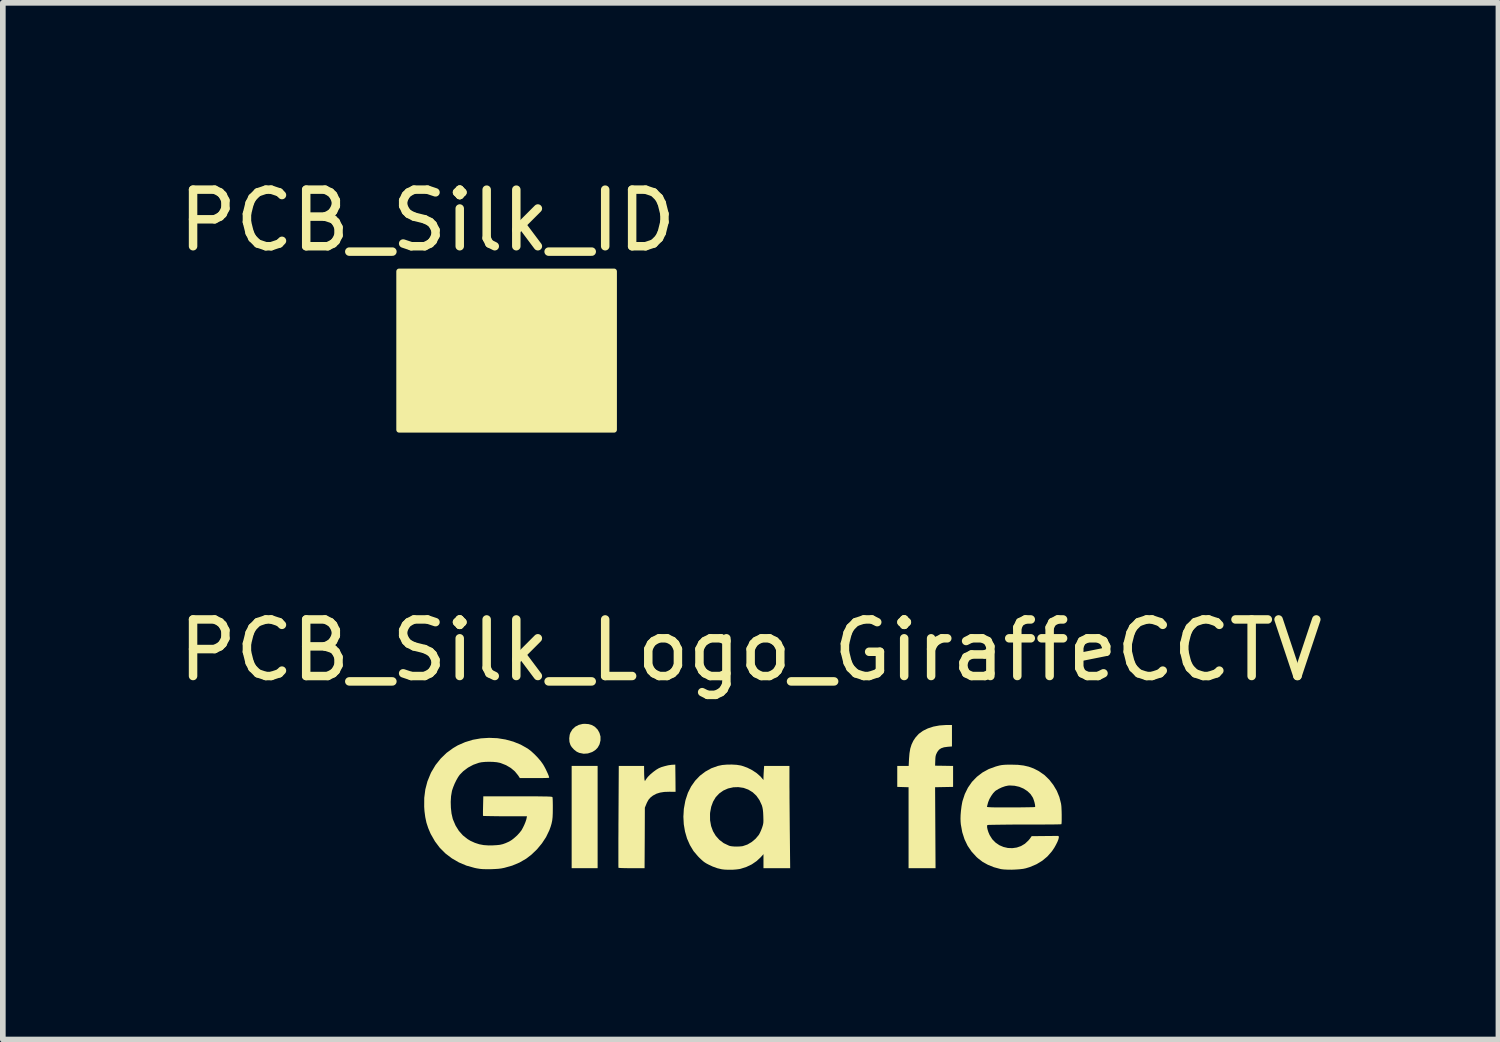
<source format=kicad_pcb>
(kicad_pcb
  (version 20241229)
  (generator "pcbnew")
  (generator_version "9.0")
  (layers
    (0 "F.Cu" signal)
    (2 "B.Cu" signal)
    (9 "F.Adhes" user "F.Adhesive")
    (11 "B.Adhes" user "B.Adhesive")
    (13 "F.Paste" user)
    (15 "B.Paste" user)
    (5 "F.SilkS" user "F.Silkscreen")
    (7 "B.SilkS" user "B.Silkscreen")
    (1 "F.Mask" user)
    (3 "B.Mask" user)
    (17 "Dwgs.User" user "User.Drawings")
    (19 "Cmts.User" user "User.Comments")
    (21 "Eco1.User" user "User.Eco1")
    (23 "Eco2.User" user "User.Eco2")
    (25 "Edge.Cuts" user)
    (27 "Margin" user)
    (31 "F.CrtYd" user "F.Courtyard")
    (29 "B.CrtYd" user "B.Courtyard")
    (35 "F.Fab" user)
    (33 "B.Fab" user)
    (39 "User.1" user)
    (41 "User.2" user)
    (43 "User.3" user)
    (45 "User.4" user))
  (footprint "PCB_Silk_ID"
    (layer "F.Cu")
    (at 4.006 1.748)
    (property "Reference" "PCB_Silk_ID" (at 0.5 -0.9 0) (unlocked yes) (layer "F.SilkS") (effects (font (size 1 1) (thickness 0.15))))
    (attr exclude_from_pos_files exclude_from_bom)
    (fp_poly (pts (xy 0 0) (xy 0 2.8) (xy 3.8 2.8) (xy 3.8 0)) (stroke (width 0.1) (type solid)) (fill yes) (layer "F.SilkS")))
  (footprint "PCB_Silk_Logo_GiraffeCCTV"
    (layer "F.Cu")
    (at 10.05 11.396)
    (property "Reference" "PCB_Silk_Logo_GiraffeCCTV" (at 0.17 -2.95 0) (unlocked yes) (layer "F.SilkS") (effects (font (size 1 1) (thickness 0.15))))
    (attr exclude_from_pos_files exclude_from_bom)
    (fp_poly (pts (xy 2.497 -2.79) (xy 2.522 -2.779) (xy 2.558 -2.762) (xy 2.602 -2.742) (xy 2.62 -2.733) (xy 2.667 -2.711) (xy 2.709 -2.692) (xy 2.743 -2.676) (xy 2.763 -2.666) (xy 2.767 -2.665) (xy 2.784 -2.657) (xy 2.814 -2.644) (xy 2.851 -2.626) (xy 2.874 -2.616) (xy 2.92 -2.595) (xy 2.967 -2.573) (xy 3.006 -2.555) (xy 3.018 -2.55) (xy 3.048 -2.535) (xy 3.068 -2.523) (xy 3.075 -2.516) (xy 3.068 -2.506) (xy 3.05 -2.486) (xy 3.022 -2.456) (xy 2.987 -2.419) (xy 2.946 -2.377) (xy 2.944 -2.375) (xy 2.813 -2.243) (xy 2.736 -2.274) (xy 2.693 -2.291) (xy 2.651 -2.309) (xy 2.617 -2.323) (xy 2.613 -2.325) (xy 2.584 -2.335) (xy 2.559 -2.339) (xy 2.551 -2.338) (xy 2.549 -2.337) (xy 2.547 -2.333) (xy 2.545 -2.327) (xy 2.543 -2.316) (xy 2.542 -2.301) (xy 2.541 -2.281) (xy 2.54 -2.254) (xy 2.539 -2.22) (xy 2.538 -2.178) (xy 2.537 -2.127) (xy 2.537 -2.066) (xy 2.537 -1.994) (xy 2.537 -1.91) (xy 2.537 -1.814) (xy 2.537 -1.705) (xy 2.537 -1.581) (xy 2.537 -1.442) (xy 2.538 -1.287) (xy 2.538 -1.116) (xy 2.539 -0.926) (xy 2.54 -0.718) (xy 2.54 -0.715) (xy 2.545 0.903) (xy 2.524 0.908) (xy 2.508 0.909) (xy 2.476 0.91) (xy 2.431 0.911) (xy 2.376 0.911) (xy 2.314 0.91) (xy 2.293 0.91) (xy 2.083 0.907) (xy 2.086 0.192) (xy 2.087 0.041) (xy 2.087 -0.092) (xy 2.087 -0.208) (xy 2.087 -0.307) (xy 2.086 -0.387) (xy 2.085 -0.45) (xy 2.083 -0.493) (xy 2.082 -0.518) (xy 2.08 -0.524) (xy 2.066 -0.519) (xy 2.047 -0.506) (xy 2.031 -0.494) (xy 2.002 -0.474) (xy 1.964 -0.448) (xy 1.92 -0.418) (xy 1.897 -0.402) (xy 1.842 -0.365) (xy 1.783 -0.325) (xy 1.725 -0.286) (xy 1.676 -0.253) (xy 1.668 -0.248) (xy 1.567 -0.179) (xy 1.574 0.358) (xy 1.576 0.477) (xy 1.577 0.577) (xy 1.578 0.661) (xy 1.578 0.73) (xy 1.578 0.785) (xy 1.577 0.827) (xy 1.576 0.859) (xy 1.574 0.881) (xy 1.572 0.895) (xy 1.57 0.902) (xy 1.568 0.904) (xy 1.553 0.907) (xy 1.523 0.91) (xy 1.48 0.911) (xy 1.429 0.912) (xy 1.373 0.913) (xy 1.316 0.912) (xy 1.26 0.911) (xy 1.209 0.909) (xy 1.167 0.907) (xy 1.138 0.904) (xy 1.124 0.9) (xy 1.123 0.9) (xy 1.122 0.888) (xy 1.121 0.858) (xy 1.12 0.811) (xy 1.119 0.749) (xy 1.119 0.672) (xy 1.119 0.583) (xy 1.119 0.482) (xy 1.12 0.372) (xy 1.121 0.252) (xy 1.121 0.224) (xy 1.123 0.09) (xy 1.124 -0.026) (xy 1.126 -0.125) (xy 1.127 -0.208) (xy 1.128 -0.276) (xy 1.13 -0.331) (xy 1.132 -0.373) (xy 1.134 -0.405) (xy 1.136 -0.427) (xy 1.138 -0.44) (xy 1.141 -0.446) (xy 1.141 -0.446) (xy 1.166 -0.461) (xy 1.205 -0.485) (xy 1.255 -0.517) (xy 1.314 -0.555) (xy 1.381 -0.598) (xy 1.451 -0.645) (xy 1.524 -0.693) (xy 1.597 -0.741) (xy 1.668 -0.788) (xy 1.733 -0.832) (xy 1.792 -0.872) (xy 1.841 -0.906) (xy 1.858 -0.917) (xy 1.904 -0.949) (xy 1.955 -0.983) (xy 2.002 -1.014) (xy 2.011 -1.02) (xy 2.087 -1.067) (xy 2.089 -1.707) (xy 2.089 -1.818) (xy 2.089 -1.924) (xy 2.09 -2.023) (xy 2.09 -2.113) (xy 2.091 -2.194) (xy 2.091 -2.262) (xy 2.092 -2.316) (xy 2.092 -2.355) (xy 2.093 -2.377) (xy 2.093 -2.38) (xy 2.097 -2.399) (xy 2.109 -2.42) (xy 2.13 -2.446) (xy 2.163 -2.481) (xy 2.167 -2.486) (xy 2.223 -2.543) (xy 2.278 -2.597) (xy 2.329 -2.647) (xy 2.5 -2.647) (xy 2.509 -2.621) (xy 2.523 -2.602) (xy 2.546 -2.596) (xy 2.552 -2.596) (xy 2.577 -2.6) (xy 2.593 -2.608) (xy 2.593 -2.608) (xy 2.607 -2.638) (xy 2.606 -2.665) (xy 2.593 -2.688) (xy 2.572 -2.702) (xy 2.546 -2.703) (xy 2.518 -2.69) (xy 2.516 -2.688) (xy 2.501 -2.669) (xy 2.5 -2.647) (xy 2.329 -2.647) (xy 2.33 -2.649) (xy 2.377 -2.695) (xy 2.418 -2.734) (xy 2.451 -2.765) (xy 2.474 -2.786) (xy 2.486 -2.795) (xy 2.487 -2.795)) (stroke (width 0) (type solid)) (fill yes) (layer "F.Mask"))
    (fp_poly (pts (xy -2.535 -0.002) (xy -2.535 0.902) (xy -2.765 0.902) (xy -2.994 0.902) (xy -2.994 -0.002) (xy -2.994 -0.906) (xy -2.765 -0.906) (xy -2.535 -0.906)) (stroke (width 0) (type solid)) (fill yes) (layer "F.SilkS"))
    (fp_poly (pts (xy -2.695 -1.645) (xy -2.642 -1.63) (xy -2.594 -1.604) (xy -2.581 -1.595) (xy -2.534 -1.547) (xy -2.502 -1.489) (xy -2.484 -1.425) (xy -2.484 -1.358) (xy -2.5 -1.292) (xy -2.504 -1.282) (xy -2.533 -1.23) (xy -2.57 -1.191) (xy -2.619 -1.158) (xy -2.638 -1.149) (xy -2.708 -1.126) (xy -2.782 -1.121) (xy -2.858 -1.136) (xy -2.859 -1.136) (xy -2.906 -1.158) (xy -2.953 -1.195) (xy -2.993 -1.239) (xy -3.015 -1.274) (xy -3.033 -1.33) (xy -3.037 -1.393) (xy -3.029 -1.456) (xy -3.016 -1.494) (xy -2.98 -1.553) (xy -2.93 -1.599) (xy -2.869 -1.631) (xy -2.8 -1.648) (xy -2.76 -1.65)) (stroke (width 0) (type solid)) (fill yes) (layer "F.SilkS"))
    (fp_poly (pts (xy 3.729 -1.44) (xy 3.729 -1.25) (xy 3.654 -1.244) (xy 3.588 -1.235) (xy 3.538 -1.218) (xy 3.5 -1.192) (xy 3.471 -1.154) (xy 3.463 -1.139) (xy 3.449 -1.109) (xy 3.44 -1.079) (xy 3.436 -1.044) (xy 3.434 -0.998) (xy 3.431 -0.91) (xy 3.59 -0.908) (xy 3.749 -0.905) (xy 3.749 -0.72) (xy 3.749 -0.535) (xy 3.59 -0.532) (xy 3.431 -0.529) (xy 3.435 0.187) (xy 3.439 0.902) (xy 3.201 0.902) (xy 2.962 0.902) (xy 2.962 0.187) (xy 2.962 -0.529) (xy 2.862 -0.532) (xy 2.762 -0.535) (xy 2.762 -0.72) (xy 2.762 -0.906) (xy 2.863 -0.906) (xy 2.964 -0.906) (xy 2.97 -1.03) (xy 2.978 -1.128) (xy 2.992 -1.212) (xy 3.015 -1.285) (xy 3.047 -1.352) (xy 3.086 -1.41) (xy 3.143 -1.473) (xy 3.216 -1.526) (xy 3.303 -1.569) (xy 3.401 -1.601) (xy 3.508 -1.621) (xy 3.623 -1.629) (xy 3.629 -1.629) (xy 3.729 -1.629)) (stroke (width 0) (type solid)) (fill yes) (layer "F.SilkS"))
    (fp_poly (pts (xy -1.159 -0.689) (xy -1.157 -0.448) (xy -1.267 -0.449) (xy -1.357 -0.446) (xy -1.432 -0.434) (xy -1.496 -0.414) (xy -1.552 -0.384) (xy -1.555 -0.383) (xy -1.601 -0.347) (xy -1.636 -0.307) (xy -1.664 -0.255) (xy -1.676 -0.226) (xy -1.7 -0.168) (xy -1.702 0.367) (xy -1.705 0.902) (xy -1.934 0.902) (xy -1.999 0.902) (xy -2.057 0.901) (xy -2.105 0.9) (xy -2.141 0.898) (xy -2.163 0.896) (xy -2.167 0.895) (xy -2.167 0.885) (xy -2.168 0.856) (xy -2.168 0.81) (xy -2.168 0.749) (xy -2.168 0.674) (xy -2.168 0.587) (xy -2.168 0.488) (xy -2.168 0.379) (xy -2.167 0.262) (xy -2.167 0.137) (xy -2.166 0.007) (xy -2.166 -0.009) (xy -2.161 -0.906) (xy -1.938 -0.906) (xy -1.714 -0.906) (xy -1.713 -0.796) (xy -1.712 -0.749) (xy -1.71 -0.707) (xy -1.708 -0.676) (xy -1.706 -0.662) (xy -1.699 -0.637) (xy -1.678 -0.671) (xy -1.647 -0.712) (xy -1.603 -0.756) (xy -1.552 -0.799) (xy -1.499 -0.838) (xy -1.452 -0.866) (xy -1.406 -0.885) (xy -1.348 -0.902) (xy -1.287 -0.917) (xy -1.23 -0.925) (xy -1.215 -0.926) (xy -1.162 -0.929)) (stroke (width 0) (type solid)) (fill yes) (layer "F.SilkS"))
    (fp_poly (pts (xy -0.076 -0.925) (xy -0.002 -0.913) (xy 0.019 -0.907) (xy 0.11 -0.875) (xy 0.197 -0.831) (xy 0.277 -0.778) (xy 0.344 -0.719) (xy 0.367 -0.692) (xy 0.397 -0.657) (xy 0.397 -0.7) (xy 0.398 -0.732) (xy 0.4 -0.774) (xy 0.403 -0.819) (xy 0.403 -0.825) (xy 0.409 -0.906) (xy 0.633 -0.906) (xy 0.856 -0.906) (xy 0.856 -0.604) (xy 0.856 -0.537) (xy 0.857 -0.453) (xy 0.857 -0.356) (xy 0.858 -0.248) (xy 0.859 -0.133) (xy 0.86 -0.013) (xy 0.861 0.109) (xy 0.862 0.229) (xy 0.863 0.3) (xy 0.869 0.902) (xy 0.633 0.902) (xy 0.397 0.902) (xy 0.397 0.778) (xy 0.397 0.654) (xy 0.349 0.708) (xy 0.276 0.776) (xy 0.19 0.835) (xy 0.093 0.881) (xy -0.008 0.913) (xy -0.032 0.918) (xy -0.088 0.925) (xy -0.155 0.93) (xy -0.226 0.93) (xy -0.293 0.927) (xy -0.341 0.921) (xy -0.418 0.903) (xy -0.501 0.873) (xy -0.575 0.838) (xy -0.613 0.818) (xy -0.643 0.799) (xy -0.671 0.778) (xy -0.7 0.752) (xy -0.736 0.718) (xy -0.763 0.69) (xy -0.84 0.599) (xy -0.903 0.494) (xy -0.954 0.379) (xy -0.99 0.255) (xy -1.012 0.125) (xy -1.019 -0.009) (xy -1.016 -0.055) (xy -0.548 -0.055) (xy -0.547 0.055) (xy -0.529 0.157) (xy -0.495 0.249) (xy -0.446 0.331) (xy -0.383 0.401) (xy -0.307 0.459) (xy -0.217 0.502) (xy -0.195 0.51) (xy -0.164 0.515) (xy -0.121 0.519) (xy -0.072 0.52) (xy -0.023 0.518) (xy 0.019 0.514) (xy 0.034 0.511) (xy 0.113 0.484) (xy 0.188 0.44) (xy 0.256 0.383) (xy 0.312 0.317) (xy 0.318 0.308) (xy 0.335 0.276) (xy 0.354 0.234) (xy 0.371 0.19) (xy 0.373 0.184) (xy 0.384 0.15) (xy 0.391 0.122) (xy 0.395 0.094) (xy 0.396 0.061) (xy 0.395 0.017) (xy 0.394 -0.021) (xy 0.391 -0.084) (xy 0.386 -0.132) (xy 0.379 -0.171) (xy 0.369 -0.207) (xy 0.367 -0.212) (xy 0.326 -0.301) (xy 0.272 -0.378) (xy 0.206 -0.44) (xy 0.129 -0.487) (xy 0.044 -0.518) (xy -0.048 -0.531) (xy -0.136 -0.528) (xy -0.23 -0.507) (xy -0.313 -0.47) (xy -0.386 -0.418) (xy -0.447 -0.353) (xy -0.494 -0.274) (xy -0.527 -0.184) (xy -0.546 -0.082) (xy -0.548 -0.055) (xy -1.016 -0.055) (xy -1.011 -0.145) (xy -0.986 -0.281) (xy -0.98 -0.306) (xy -0.939 -0.43) (xy -0.882 -0.543) (xy -0.811 -0.644) (xy -0.727 -0.732) (xy -0.631 -0.805) (xy -0.525 -0.864) (xy -0.408 -0.906) (xy -0.403 -0.907) (xy -0.331 -0.922) (xy -0.248 -0.929) (xy -0.161 -0.93)) (stroke (width 0) (type solid)) (fill yes) (layer "F.SilkS"))
    (fp_poly (pts (xy -4.307 -1.396) (xy -4.164 -1.373) (xy -4.025 -1.335) (xy -3.894 -1.282) (xy -3.772 -1.213) (xy -3.765 -1.208) (xy -3.71 -1.166) (xy -3.651 -1.112) (xy -3.592 -1.051) (xy -3.54 -0.99) (xy -3.5 -0.934) (xy -3.478 -0.896) (xy -3.455 -0.853) (xy -3.434 -0.809) (xy -3.415 -0.768) (xy -3.401 -0.733) (xy -3.393 -0.708) (xy -3.393 -0.696) (xy -3.404 -0.695) (xy -3.431 -0.693) (xy -3.474 -0.692) (xy -3.527 -0.691) (xy -3.59 -0.691) (xy -3.654 -0.691) (xy -3.91 -0.691) (xy -3.941 -0.739) (xy -3.998 -0.809) (xy -4.069 -0.869) (xy -4.154 -0.919) (xy -4.248 -0.956) (xy -4.266 -0.961) (xy -4.317 -0.971) (xy -4.381 -0.977) (xy -4.451 -0.979) (xy -4.522 -0.977) (xy -4.586 -0.971) (xy -4.635 -0.961) (xy -4.733 -0.926) (xy -4.826 -0.876) (xy -4.909 -0.814) (xy -4.972 -0.75) (xy -5.001 -0.709) (xy -5.032 -0.655) (xy -5.062 -0.594) (xy -5.087 -0.533) (xy -5.106 -0.478) (xy -5.11 -0.464) (xy -5.126 -0.371) (xy -5.132 -0.27) (xy -5.129 -0.166) (xy -5.118 -0.065) (xy -5.097 0.026) (xy -5.091 0.044) (xy -5.046 0.149) (xy -4.988 0.242) (xy -4.917 0.322) (xy -4.835 0.387) (xy -4.784 0.418) (xy -4.705 0.454) (xy -4.628 0.479) (xy -4.548 0.494) (xy -4.46 0.5) (xy -4.392 0.499) (xy -4.321 0.495) (xy -4.263 0.489) (xy -4.211 0.477) (xy -4.161 0.459) (xy -4.105 0.434) (xy -4.09 0.426) (xy -4.05 0.401) (xy -4.004 0.364) (xy -3.957 0.322) (xy -3.916 0.277) (xy -3.883 0.235) (xy -3.879 0.229) (xy -3.856 0.187) (xy -3.832 0.138) (xy -3.811 0.087) (xy -3.796 0.042) (xy -3.791 0.02) (xy -3.784 -0.016) (xy -4.17 -0.016) (xy -4.255 -0.016) (xy -4.334 -0.017) (xy -4.404 -0.018) (xy -4.464 -0.019) (xy -4.511 -0.02) (xy -4.544 -0.021) (xy -4.559 -0.023) (xy -4.561 -0.023) (xy -4.562 -0.035) (xy -4.562 -0.063) (xy -4.562 -0.104) (xy -4.561 -0.154) (xy -4.56 -0.199) (xy -4.556 -0.368) (xy -3.947 -0.368) (xy -3.822 -0.368) (xy -3.715 -0.368) (xy -3.625 -0.368) (xy -3.55 -0.367) (xy -3.489 -0.366) (xy -3.441 -0.366) (xy -3.404 -0.364) (xy -3.376 -0.363) (xy -3.356 -0.361) (xy -3.344 -0.359) (xy -3.336 -0.356) (xy -3.333 -0.353) (xy -3.333 -0.353) (xy -3.331 -0.338) (xy -3.329 -0.308) (xy -3.328 -0.264) (xy -3.327 -0.212) (xy -3.327 -0.157) (xy -3.328 -0.071) (xy -3.331 -0.000261) (xy -3.338 0.06) (xy -3.35 0.116) (xy -3.366 0.17) (xy -3.387 0.228) (xy -3.391 0.237) (xy -3.447 0.353) (xy -3.52 0.464) (xy -3.607 0.569) (xy -3.704 0.662) (xy -3.799 0.735) (xy -3.917 0.803) (xy -4.046 0.857) (xy -4.185 0.896) (xy -4.241 0.907) (xy -4.29 0.913) (xy -4.353 0.917) (xy -4.422 0.92) (xy -4.493 0.92) (xy -4.558 0.919) (xy -4.607 0.915) (xy -4.634 0.911) (xy -4.672 0.905) (xy -4.71 0.897) (xy -4.853 0.857) (xy -4.988 0.8) (xy -5.112 0.728) (xy -5.225 0.642) (xy -5.325 0.542) (xy -5.41 0.429) (xy -5.481 0.305) (xy -5.488 0.292) (xy -5.53 0.193) (xy -5.561 0.098) (xy -5.582 -0.000265) (xy -5.596 -0.107) (xy -5.601 -0.184) (xy -5.6 -0.341) (xy -5.581 -0.49) (xy -5.544 -0.632) (xy -5.489 -0.767) (xy -5.476 -0.795) (xy -5.4 -0.922) (xy -5.309 -1.036) (xy -5.206 -1.136) (xy -5.088 -1.222) (xy -5.008 -1.269) (xy -4.878 -1.326) (xy -4.741 -1.368) (xy -4.598 -1.393) (xy -4.453 -1.402)) (stroke (width 0) (type solid)) (fill yes) (layer "F.SilkS"))
    (fp_poly (pts (xy 4.895 -0.925) (xy 4.996 -0.913) (xy 5.087 -0.892) (xy 5.172 -0.861) (xy 5.257 -0.818) (xy 5.273 -0.808) (xy 5.366 -0.743) (xy 5.45 -0.661) (xy 5.522 -0.568) (xy 5.583 -0.465) (xy 5.628 -0.355) (xy 5.657 -0.241) (xy 5.661 -0.214) (xy 5.664 -0.185) (xy 5.666 -0.145) (xy 5.668 -0.097) (xy 5.669 -0.046) (xy 5.669 0.005) (xy 5.669 0.051) (xy 5.668 0.09) (xy 5.666 0.115) (xy 5.663 0.125) (xy 5.653 0.126) (xy 5.624 0.127) (xy 5.58 0.128) (xy 5.52 0.129) (xy 5.448 0.129) (xy 5.364 0.13) (xy 5.27 0.13) (xy 5.169 0.131) (xy 5.061 0.131) (xy 5.013 0.131) (xy 4.903 0.131) (xy 4.798 0.131) (xy 4.7 0.132) (xy 4.611 0.133) (xy 4.533 0.134) (xy 4.467 0.135) (xy 4.415 0.136) (xy 4.378 0.137) (xy 4.359 0.139) (xy 4.356 0.139) (xy 4.35 0.154) (xy 4.351 0.183) (xy 4.359 0.221) (xy 4.373 0.265) (xy 4.393 0.312) (xy 4.396 0.318) (xy 4.442 0.391) (xy 4.5 0.45) (xy 4.567 0.496) (xy 4.64 0.527) (xy 4.718 0.545) (xy 4.797 0.548) (xy 4.875 0.537) (xy 4.95 0.511) (xy 5.019 0.47) (xy 5.08 0.413) (xy 5.105 0.383) (xy 5.138 0.336) (xy 5.357 0.334) (xy 5.422 0.333) (xy 5.481 0.333) (xy 5.532 0.332) (xy 5.57 0.332) (xy 5.594 0.332) (xy 5.598 0.331) (xy 5.613 0.334) (xy 5.618 0.346) (xy 5.618 0.363) (xy 5.61 0.395) (xy 5.593 0.438) (xy 5.568 0.488) (xy 5.539 0.54) (xy 5.506 0.589) (xy 5.494 0.606) (xy 5.415 0.696) (xy 5.325 0.771) (xy 5.222 0.833) (xy 5.106 0.882) (xy 5.034 0.904) (xy 4.987 0.914) (xy 4.926 0.921) (xy 4.856 0.926) (xy 4.784 0.929) (xy 4.713 0.928) (xy 4.65 0.925) (xy 4.6 0.919) (xy 4.589 0.917) (xy 4.47 0.885) (xy 4.366 0.843) (xy 4.273 0.792) (xy 4.19 0.728) (xy 4.164 0.705) (xy 4.077 0.61) (xy 4.006 0.506) (xy 3.951 0.391) (xy 3.911 0.266) (xy 3.886 0.128) (xy 3.882 0.082) (xy 3.88 0.028) (xy 3.882 -0.038) (xy 3.888 -0.111) (xy 3.897 -0.183) (xy 3.897 -0.186) (xy 4.348 -0.186) (xy 4.351 -0.182) (xy 4.359 -0.179) (xy 4.374 -0.177) (xy 4.396 -0.176) (xy 4.429 -0.174) (xy 4.473 -0.173) (xy 4.53 -0.173) (xy 4.603 -0.173) (xy 4.692 -0.173) (xy 4.769 -0.173) (xy 4.858 -0.173) (xy 4.941 -0.173) (xy 5.016 -0.174) (xy 5.081 -0.175) (xy 5.133 -0.176) (xy 5.172 -0.177) (xy 5.194 -0.179) (xy 5.199 -0.18) (xy 5.2 -0.196) (xy 5.196 -0.226) (xy 5.188 -0.262) (xy 5.176 -0.301) (xy 5.163 -0.337) (xy 5.158 -0.347) (xy 5.118 -0.408) (xy 5.062 -0.461) (xy 4.994 -0.505) (xy 4.918 -0.537) (xy 4.836 -0.555) (xy 4.752 -0.56) (xy 4.723 -0.558) (xy 4.67 -0.547) (xy 4.61 -0.526) (xy 4.553 -0.499) (xy 4.505 -0.47) (xy 4.492 -0.46) (xy 4.457 -0.423) (xy 4.423 -0.375) (xy 4.392 -0.321) (xy 4.371 -0.27) (xy 4.368 -0.261) (xy 4.359 -0.228) (xy 4.352 -0.201) (xy 4.348 -0.19) (xy 4.348 -0.186) (xy 3.897 -0.186) (xy 3.908 -0.249) (xy 3.915 -0.283) (xy 3.956 -0.408) (xy 4.012 -0.522) (xy 4.083 -0.624) (xy 4.169 -0.713) (xy 4.268 -0.789) (xy 4.379 -0.85) (xy 4.502 -0.895) (xy 4.527 -0.902) (xy 4.568 -0.913) (xy 4.603 -0.92) (xy 4.639 -0.924) (xy 4.681 -0.927) (xy 4.733 -0.928) (xy 4.78 -0.928)) (stroke (width 0) (type solid)) (fill yes) (layer "F.SilkS")))
  (gr_rect
    (start -3 -3)
    (end 23.44 15.327)
    (stroke (width 0.1) (type default))
    (fill no)
    (layer "Edge.Cuts")))
</source>
